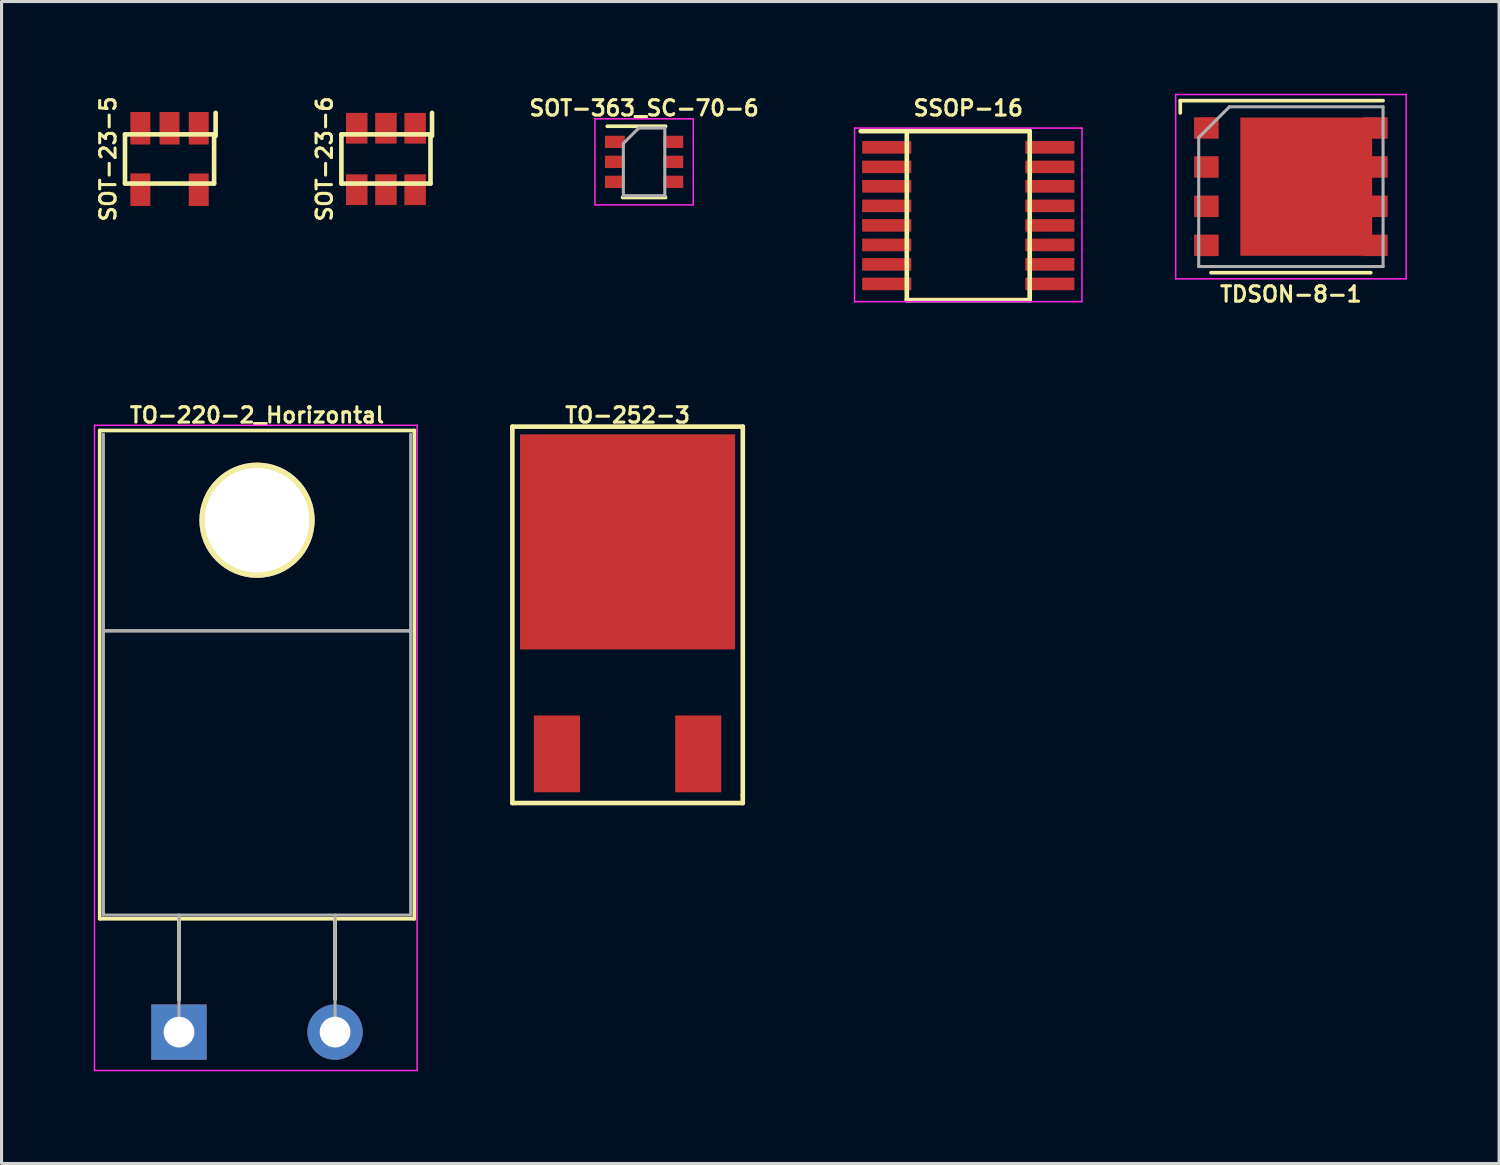
<source format=kicad_pcb>
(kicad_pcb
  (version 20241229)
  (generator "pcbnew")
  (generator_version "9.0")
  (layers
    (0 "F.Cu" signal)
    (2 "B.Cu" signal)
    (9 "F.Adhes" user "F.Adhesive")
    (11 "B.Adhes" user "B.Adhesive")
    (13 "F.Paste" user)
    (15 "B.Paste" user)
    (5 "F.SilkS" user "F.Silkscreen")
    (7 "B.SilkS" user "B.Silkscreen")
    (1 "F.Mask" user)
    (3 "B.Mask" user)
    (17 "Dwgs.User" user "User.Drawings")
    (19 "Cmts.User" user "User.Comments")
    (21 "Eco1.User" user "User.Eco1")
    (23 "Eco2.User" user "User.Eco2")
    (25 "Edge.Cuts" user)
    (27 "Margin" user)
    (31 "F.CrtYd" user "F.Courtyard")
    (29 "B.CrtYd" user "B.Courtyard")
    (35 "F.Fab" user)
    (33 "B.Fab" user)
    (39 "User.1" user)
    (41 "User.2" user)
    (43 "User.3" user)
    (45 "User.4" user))
  (footprint "SOT-23-6"
    (layer "F.Cu")
    (at 9.511 2.124)
    (property "Reference" "SOT-23-6" (at -2 0 90) (layer "F.SilkS") (effects (font (size 0.5 0.5) (thickness 0.1))))
    (attr through_hole)
    (fp_line (start -1.45 -0.8) (end 1.45 -0.8) (stroke (width 0.15) (type solid)) (layer "F.SilkS"))
    (fp_line (start -1.45 0.8) (end -1.45 -0.8) (stroke (width 0.15) (type solid)) (layer "F.SilkS"))
    (fp_line (start -1.45 0.8) (end 1.45 0.8) (stroke (width 0.15) (type solid)) (layer "F.SilkS"))
    (fp_line (start 1.45 -0.8) (end 1.45 0.8) (stroke (width 0.15) (type solid)) (layer "F.SilkS"))
    (fp_line (start 1.5 -0.75) (end 1.5 -1.5) (stroke (width 0.15) (type solid)) (layer "F.SilkS"))
    (pad "1" smd rect (at 0.95 -1) (size 0.7 1) (layers "F.Cu" "F.Mask" "F.Paste"))
    (pad "2" smd rect (at 0 -1) (size 0.7 1) (layers "F.Cu" "F.Mask" "F.Paste"))
    (pad "3" smd rect (at -0.95 -1) (size 0.7 1) (layers "F.Cu" "F.Mask" "F.Paste"))
    (pad "4" smd rect (at -0.95 1) (size 0.7 1) (layers "F.Cu" "F.Mask" "F.Paste"))
    (pad "5" smd rect (at 0 1) (size 0.7 1) (layers "F.Cu" "F.Mask" "F.Paste"))
    (pad "6" smd rect (at 0.95 1) (size 0.7 1) (layers "F.Cu" "F.Mask" "F.Paste")))
  (footprint "TO-252-3"
    (layer "F.Cu")
    (at 17.375 16.961)
    (property "Reference" "TO-252-3" (at 0 -6.5 0) (layer "F.SilkS") (effects (font (size 0.5 0.5) (thickness 0.1))))
    (attr through_hole)
    (fp_line (start -3.75 -6.125) (end 3.75 -6.125) (stroke (width 0.15) (type solid)) (layer "F.SilkS"))
    (fp_line (start -3.75 6.125) (end -3.75 -6.125) (stroke (width 0.15) (type solid)) (layer "F.SilkS"))
    (fp_line (start 3.75 -6.125) (end 3.75 5.875) (stroke (width 0.15) (type solid)) (layer "F.SilkS"))
    (fp_line (start 3.75 5.875) (end 3.75 6.125) (stroke (width 0.15) (type solid)) (layer "F.SilkS"))
    (fp_line (start 3.75 6.125) (end -3.75 6.125) (stroke (width 0.15) (type solid)) (layer "F.SilkS"))
    (pad "1" smd rect (at -2.3 4.525) (size 1.5 2.5) (layers "F.Cu" "F.Mask" "F.Paste"))
    (pad "2" smd rect (at 0 -2.375) (size 7 7) (layers "F.Cu" "F.Mask" "F.Paste"))
    (pad "3" smd rect (at 2.3 4.525) (size 1.5 2.5) (layers "F.Cu" "F.Mask" "F.Paste")))
  (footprint "SSOP-16"
    (layer "F.Cu")
    (at 28.463 3.968)
    (property "Reference" "SSOP-16" (at 0 -3.5 0) (layer "F.SilkS") (effects (font (size 0.5 0.5) (thickness 0.1))))
    (attr smd)
    (fp_line (start -2 2.75) (end -2 -2.75) (stroke (width 0.15) (type solid)) (layer "F.SilkS"))
    (fp_line (start -2 2.75) (end 2 2.75) (stroke (width 0.15) (type solid)) (layer "F.SilkS"))
    (fp_line (start 2 -2.75) (end -3.5 -2.75) (stroke (width 0.15) (type solid)) (layer "F.SilkS"))
    (fp_line (start 2 2.75) (end 2 -2.75) (stroke (width 0.15) (type solid)) (layer "F.SilkS"))
    (fp_line (start -3.7 -2.85) (end -3.7 2.8) (stroke (width 0.05) (type solid)) (layer "F.CrtYd"))
    (fp_line (start -3.7 -2.85) (end 3.7 -2.85) (stroke (width 0.05) (type solid)) (layer "F.CrtYd"))
    (fp_line (start -3.7 2.8) (end 3.7 2.8) (stroke (width 0.05) (type solid)) (layer "F.CrtYd"))
    (fp_line (start 3.7 -2.85) (end 3.7 2.8) (stroke (width 0.05) (type solid)) (layer "F.CrtYd"))
    (pad "1" smd rect (at -2.654 -2.223) (size 1.6 0.41) (layers "F.Cu" "F.Mask" "F.Paste"))
    (pad "2" smd rect (at -2.654 -1.587) (size 1.6 0.41) (layers "F.Cu" "F.Mask" "F.Paste"))
    (pad "3" smd rect (at -2.654 -0.953) (size 1.6 0.41) (layers "F.Cu" "F.Mask" "F.Paste"))
    (pad "4" smd rect (at -2.654 -0.318) (size 1.6 0.41) (layers "F.Cu" "F.Mask" "F.Paste"))
    (pad "5" smd rect (at -2.654 0.318) (size 1.6 0.41) (layers "F.Cu" "F.Mask" "F.Paste"))
    (pad "6" smd rect (at -2.654 0.953) (size 1.6 0.41) (layers "F.Cu" "F.Mask" "F.Paste"))
    (pad "7" smd rect (at -2.654 1.587) (size 1.6 0.41) (layers "F.Cu" "F.Mask" "F.Paste"))
    (pad "8" smd rect (at -2.654 2.223) (size 1.6 0.41) (layers "F.Cu" "F.Mask" "F.Paste"))
    (pad "9" smd rect (at 2.654 2.223) (size 1.6 0.41) (layers "F.Cu" "F.Mask" "F.Paste"))
    (pad "10" smd rect (at 2.654 1.587) (size 1.6 0.41) (layers "F.Cu" "F.Mask" "F.Paste"))
    (pad "11" smd rect (at 2.654 0.953) (size 1.6 0.41) (layers "F.Cu" "F.Mask" "F.Paste"))
    (pad "12" smd rect (at 2.654 0.318) (size 1.6 0.41) (layers "F.Cu" "F.Mask" "F.Paste"))
    (pad "13" smd rect (at 2.654 -0.318) (size 1.6 0.41) (layers "F.Cu" "F.Mask" "F.Paste"))
    (pad "14" smd rect (at 2.654 -0.953) (size 1.6 0.41) (layers "F.Cu" "F.Mask" "F.Paste"))
    (pad "15" smd rect (at 2.654 -1.587) (size 1.6 0.41) (layers "F.Cu" "F.Mask" "F.Paste"))
    (pad "16" smd rect (at 2.654 -2.223) (size 1.6 0.41) (layers "F.Cu" "F.Mask" "F.Paste")))
  (footprint "SOT-363_SC-70-6"
    (layer "F.Cu")
    (at 17.912 2.218)
    (property "Reference" "SOT-363_SC-70-6" (at 0 -1.75 0) (layer "F.SilkS") (effects (font (size 0.5 0.5) (thickness 0.1))))
    (attr smd)
    (fp_line (start -0.7 1.16) (end 0.7 1.16) (stroke (width 0.12) (type solid)) (layer "F.SilkS"))
    (fp_line (start 0.7 -1.16) (end -1.2 -1.16) (stroke (width 0.12) (type solid)) (layer "F.SilkS"))
    (fp_line (start -1.6 -1.4) (end -1.6 1.4) (stroke (width 0.05) (type solid)) (layer "F.CrtYd"))
    (fp_line (start -1.6 -1.4) (end 1.6 -1.4) (stroke (width 0.05) (type solid)) (layer "F.CrtYd"))
    (fp_line (start -1.6 1.4) (end 1.6 1.4) (stroke (width 0.05) (type solid)) (layer "F.CrtYd"))
    (fp_line (start 1.6 1.4) (end 1.6 -1.4) (stroke (width 0.05) (type solid)) (layer "F.CrtYd"))
    (fp_line (start -0.675 -0.6) (end -0.675 1.1) (stroke (width 0.1) (type solid)) (layer "F.Fab"))
    (fp_line (start -0.175 -1.1) (end -0.675 -0.6) (stroke (width 0.1) (type solid)) (layer "F.Fab"))
    (fp_line (start 0.675 -1.1) (end -0.175 -1.1) (stroke (width 0.1) (type solid)) (layer "F.Fab"))
    (fp_line (start 0.675 -1.1) (end 0.675 1.1) (stroke (width 0.1) (type solid)) (layer "F.Fab"))
    (fp_line (start 0.675 1.1) (end -0.675 1.1) (stroke (width 0.1) (type solid)) (layer "F.Fab"))
    (pad "1" smd rect (at -0.95 -0.65) (size 0.65 0.4) (layers "F.Cu" "F.Mask" "F.Paste"))
    (pad "2" smd rect (at -0.95 0) (size 0.65 0.4) (layers "F.Cu" "F.Mask" "F.Paste"))
    (pad "3" smd rect (at -0.95 0.65) (size 0.65 0.4) (layers "F.Cu" "F.Mask" "F.Paste"))
    (pad "4" smd rect (at 0.95 0.65) (size 0.65 0.4) (layers "F.Cu" "F.Mask" "F.Paste"))
    (pad "5" smd rect (at 0.95 0) (size 0.65 0.4) (layers "F.Cu" "F.Mask" "F.Paste"))
    (pad "6" smd rect (at 0.95 -0.65) (size 0.65 0.4) (layers "F.Cu" "F.Mask" "F.Paste")))
  (footprint "TO-220-2_Horizontal"
    (layer "F.Cu")
    (at 5.315 22.211)
    (property "Reference" "TO-220-2_Horizontal" (at 0 -11.75 0) (layer "F.SilkS") (effects (font (size 0.5 0.5) (thickness 0.1))))
    (attr through_hole)
    (fp_line (start -5.12 -11.25) (end -5.12 4.64) (stroke (width 0.12) (type solid)) (layer "F.SilkS"))
    (fp_line (start -5.12 -11.25) (end 5.12 -11.25) (stroke (width 0.12) (type solid)) (layer "F.SilkS"))
    (fp_line (start -5.12 4.64) (end 5.12 4.64) (stroke (width 0.12) (type solid)) (layer "F.SilkS"))
    (fp_line (start -2.54 4.64) (end -2.54 7.28) (stroke (width 0.12) (type solid)) (layer "F.SilkS"))
    (fp_line (start 2.54 4.64) (end 2.54 7.264) (stroke (width 0.12) (type solid)) (layer "F.SilkS"))
    (fp_line (start 5.12 -11.25) (end 5.12 4.64) (stroke (width 0.12) (type solid)) (layer "F.SilkS"))
    (fp_line (start -5.29 -11.42) (end -5.29 9.58) (stroke (width 0.05) (type solid)) (layer "F.CrtYd"))
    (fp_line (start -5.29 9.58) (end 5.21 9.58) (stroke (width 0.05) (type solid)) (layer "F.CrtYd"))
    (fp_line (start 5.21 -11.42) (end -5.29 -11.42) (stroke (width 0.05) (type solid)) (layer "F.CrtYd"))
    (fp_line (start 5.21 9.58) (end 5.21 -11.42) (stroke (width 0.05) (type solid)) (layer "F.CrtYd"))
    (fp_line (start -5 -4.73) (end -5 -11.13) (stroke (width 0.1) (type solid)) (layer "F.Fab"))
    (fp_line (start -5 -4.73) (end 5 -4.73) (stroke (width 0.1) (type solid)) (layer "F.Fab"))
    (fp_line (start -5 4.52) (end -5 -4.73) (stroke (width 0.1) (type solid)) (layer "F.Fab"))
    (fp_line (start -2.54 4.52) (end -2.54 8.33) (stroke (width 0.1) (type solid)) (layer "F.Fab"))
    (fp_line (start 2.54 4.52) (end 2.54 8.33) (stroke (width 0.1) (type solid)) (layer "F.Fab"))
    (fp_line (start 5 -11.13) (end 5 -4.73) (stroke (width 0.1) (type solid)) (layer "F.Fab"))
    (fp_line (start 5 -4.73) (end -5 -4.73) (stroke (width 0.1) (type solid)) (layer "F.Fab"))
    (fp_line (start 5 -4.73) (end 5 4.52) (stroke (width 0.1) (type solid)) (layer "F.Fab"))
    (fp_line (start 5 4.52) (end -5 4.52) (stroke (width 0.1) (type solid)) (layer "F.Fab"))
    (pad "" thru_hole circle (at 0 -8.33) (size 3.75 3.75) (drill 3.4) (layers "*.Cu" "*.Mask" "F.SilkS"))
    (pad "1" thru_hole rect (at -2.54 8.33) (size 1.8 1.8) (drill 1) (layers "*.Cu" "*.Mask"))
    (pad "2" thru_hole oval (at 2.54 8.33) (size 1.8 1.8) (drill 1) (layers "*.Cu" "*.Mask")))
  (footprint "SOT-23-5"
    (layer "F.Cu")
    (at 2.468 2.124)
    (property "Reference" "SOT-23-5" (at -2 0 90) (layer "F.SilkS") (effects (font (size 0.5 0.5) (thickness 0.1))))
    (attr through_hole)
    (fp_line (start -1.45 -0.8) (end 1.45 -0.8) (stroke (width 0.15) (type solid)) (layer "F.SilkS"))
    (fp_line (start -1.45 0.8) (end -1.45 -0.8) (stroke (width 0.15) (type solid)) (layer "F.SilkS"))
    (fp_line (start -1.45 0.8) (end 1.45 0.8) (stroke (width 0.15) (type solid)) (layer "F.SilkS"))
    (fp_line (start 1.45 -0.8) (end 1.45 0.8) (stroke (width 0.15) (type solid)) (layer "F.SilkS"))
    (fp_line (start 1.5 -0.75) (end 1.5 -1.5) (stroke (width 0.15) (type solid)) (layer "F.SilkS"))
    (pad "1" smd rect (at 0.95 -1) (size 0.65 1.06) (layers "F.Cu" "F.Mask" "F.Paste"))
    (pad "2" smd rect (at 0 -1) (size 0.65 1.06) (layers "F.Cu" "F.Mask" "F.Paste"))
    (pad "3" smd rect (at -0.95 -1) (size 0.65 1.06) (layers "F.Cu" "F.Mask" "F.Paste"))
    (pad "4" smd rect (at -0.95 1) (size 0.65 1.06) (layers "F.Cu" "F.Mask" "F.Paste"))
    (pad "5" smd rect (at 0.95 1) (size 0.65 1.06) (layers "F.Cu" "F.Mask" "F.Paste")))
  (footprint "TDSON-8-1"
    (layer "F.Cu")
    (at 38.963 3.025)
    (property "Reference" "TDSON-8-1" (at 0 3.5 0) (layer "F.SilkS") (effects (font (size 0.5 0.5) (thickness 0.1))))
    (attr smd)
    (fp_line (start -3.6 -2.8) (end -3.6 -2.4) (stroke (width 0.12) (type solid)) (layer "F.SilkS"))
    (fp_line (start 2.6 2.8) (end -2.6 2.8) (stroke (width 0.12) (type solid)) (layer "F.SilkS"))
    (fp_line (start 3 -2.8) (end -3.6 -2.8) (stroke (width 0.12) (type solid)) (layer "F.SilkS"))
    (fp_line (start -3.75 -3) (end -3.75 3) (stroke (width 0.05) (type solid)) (layer "F.CrtYd"))
    (fp_line (start -3.75 3) (end 3.75 3) (stroke (width 0.05) (type solid)) (layer "F.CrtYd"))
    (fp_line (start 3.75 -3) (end -3.75 -3) (stroke (width 0.05) (type solid)) (layer "F.CrtYd"))
    (fp_line (start 3.75 3) (end 3.75 -3) (stroke (width 0.05) (type solid)) (layer "F.CrtYd"))
    (fp_line (start -3 2.6) (end -3 -1.6) (stroke (width 0.1) (type solid)) (layer "F.Fab"))
    (fp_line (start -2 -2.6) (end -3 -1.6) (stroke (width 0.1) (type solid)) (layer "F.Fab"))
    (fp_line (start -2 -2.6) (end 3 -2.6) (stroke (width 0.1) (type solid)) (layer "F.Fab"))
    (fp_line (start 3 -2.6) (end 3 2.6) (stroke (width 0.1) (type solid)) (layer "F.Fab"))
    (fp_line (start 3 2.6) (end -3 2.6) (stroke (width 0.1) (type solid)) (layer "F.Fab"))
    (pad "1" smd rect (at -2.75 -1.91 270) (size 0.7 0.8) (layers "F.Cu" "F.Mask" "F.Paste"))
    (pad "2" smd rect (at -2.75 -0.64 270) (size 0.7 0.8) (layers "F.Cu" "F.Mask" "F.Paste"))
    (pad "3" smd rect (at -2.75 0.64 270) (size 0.7 0.8) (layers "F.Cu" "F.Mask" "F.Paste"))
    (pad "4" smd rect (at -2.75 1.91 270) (size 0.7 0.8) (layers "F.Cu" "F.Mask" "F.Paste"))
    (pad "5" smd rect (at 0.5 0 270) (size 4.5 4.29) (layers "F.Cu" "F.Mask" "F.Paste"))
    (pad "5" smd rect (at 2.75 -1.91 270) (size 0.7 0.8) (layers "F.Cu" "F.Mask" "F.Paste"))
    (pad "5" smd rect (at 2.75 -0.64 270) (size 0.7 0.8) (layers "F.Cu" "F.Mask" "F.Paste"))
    (pad "5" smd rect (at 2.75 0.64 270) (size 0.7 0.8) (layers "F.Cu" "F.Mask" "F.Paste"))
    (pad "5" smd rect (at 2.75 1.91 270) (size 0.7 0.8) (layers "F.Cu" "F.Mask" "F.Paste")))
  (gr_rect
    (start -3 -3)
    (end 45.738 34.816)
    (stroke (width 0.1) (type default))
    (fill no)
    (layer "Edge.Cuts")))
</source>
